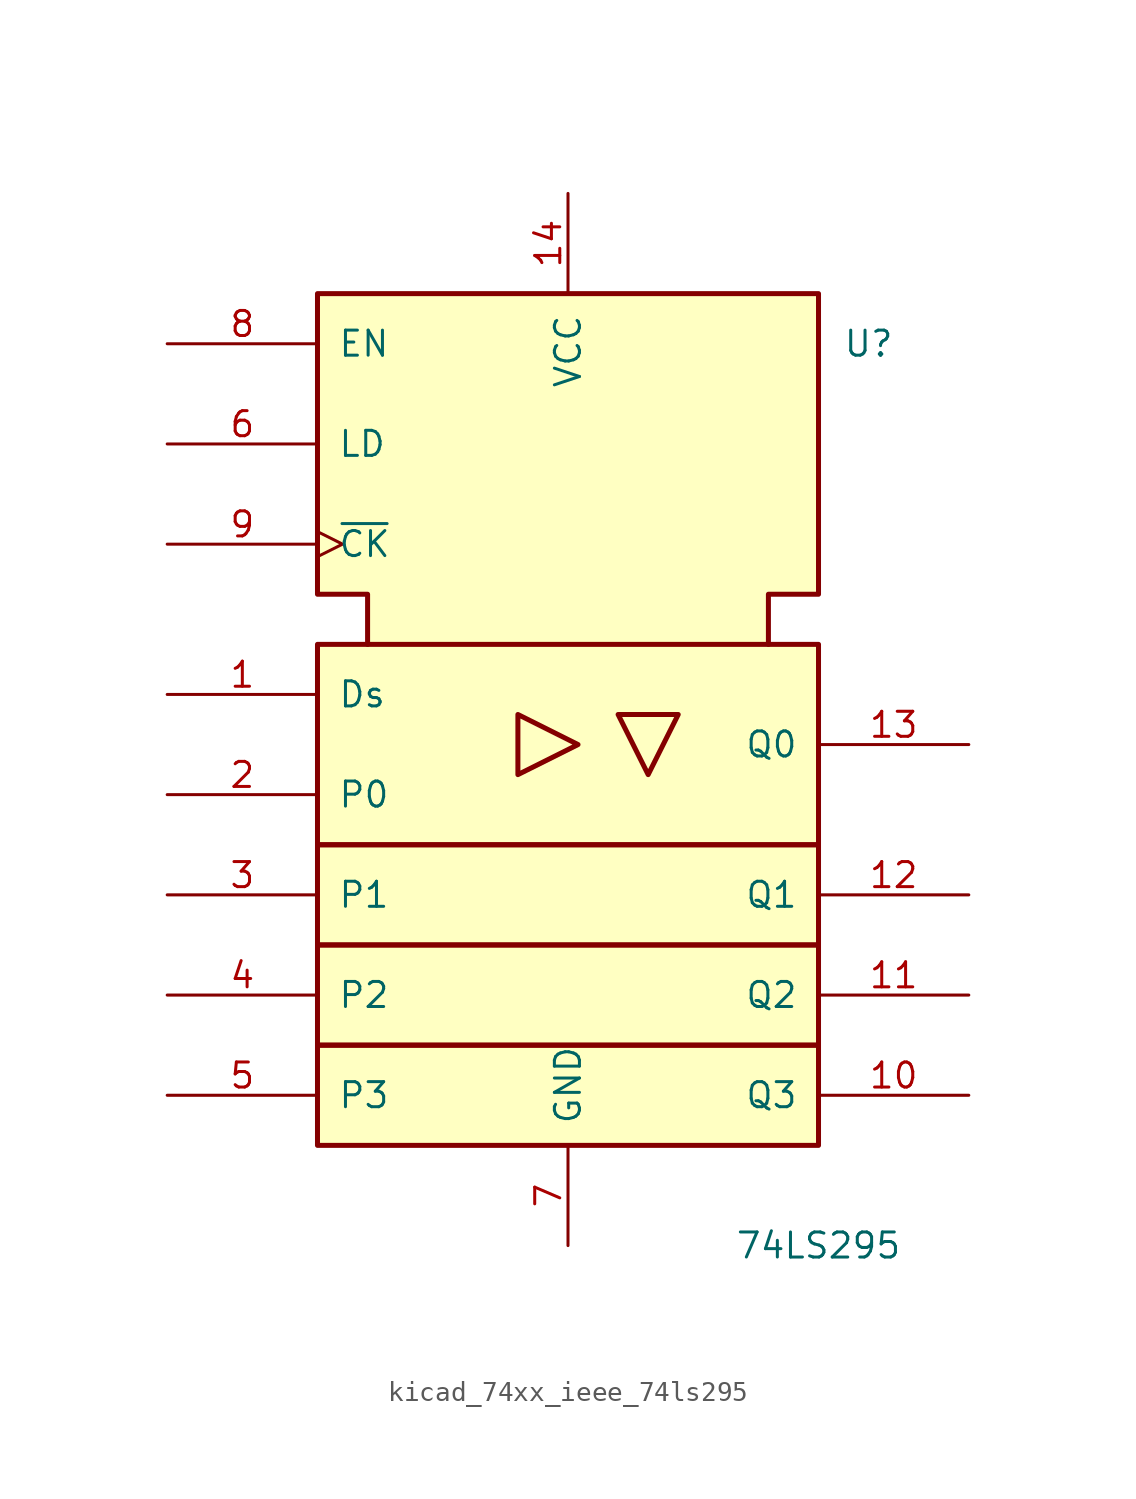
<source format=kicad_sym>
(kicad_symbol_lib
  (version 20220914)
  (generator kicad_symbol_editor)
  (symbol "kicad_74xx_ieee_74ls295"
    (pin_names
      (offset 1.016))
    (property "Reference" "U"
      (at 15.24 17.78 0)
      (effects (font (size 1.27 1.27))))
    (property "Value" "74LS295"
      (at 12.7 -27.94 0)
      (effects (font (size 1.27 1.27))))
    (symbol "kicad_74xx_ieee_74ls295_0_0"
      (pin power_in line (at 0 25.4 270) (length 5.08) (name "VCC" (effects (font (size 1.27 1.27)))) (number "14" (effects (font (size 1.27 1.27)))))
      (pin power_in line (at 0 -27.94 90) (length 5.08) (name "GND" (effects (font (size 1.27 1.27)))) (number "7" (effects (font (size 1.27 1.27))))))
    (symbol "kicad_74xx_ieee_74ls295_0_1"
      (rectangle (start -12.7 -17.78) (end 12.7 -22.86) (stroke (width 0.254) (type default)) (fill (type background)))
      (rectangle (start -12.7 -12.7) (end 12.7 -17.78) (stroke (width 0.254) (type default)) (fill (type background)))
      (rectangle (start -12.7 -7.62) (end 12.7 -12.7) (stroke (width 0.254) (type default)) (fill (type background)))
      (rectangle (start -12.7 2.54) (end 12.7 -7.62) (stroke (width 0.254) (type default)) (fill (type background)))
      (polyline (pts (xy -2.54 -1.016) (xy -2.54 -4.064) (xy 0.508 -2.54) (xy -2.54 -1.016) (xy -2.54 -1.016)) (stroke (width 0.254) (type default)) (fill (type background)))
      (polyline (pts (xy 5.588 -1.016) (xy 2.54 -1.016) (xy 4.064 -4.064) (xy 5.588 -1.016) (xy 5.588 -1.016)) (stroke (width 0.254) (type default)) (fill (type background)))
      (polyline (pts (xy -10.16 2.54) (xy -10.16 5.08) (xy -12.7 5.08) (xy -12.7 20.32) (xy 12.7 20.32) (xy 12.7 5.08) (xy 10.16 5.08) (xy 10.16 2.54) (xy 10.16 2.54)) (stroke (width 0.254) (type default)) (fill (type background))))
    (symbol "kicad_74xx_ieee_74ls295_1_1"
      (pin input line (at -20.32 0 0) (length 7.62) (name "Ds" (effects (font (size 1.27 1.27)))) (number "1" (effects (font (size 1.27 1.27)))))
      (pin output line (at 20.32 -20.32 180) (length 7.62) (name "Q3" (effects (font (size 1.27 1.27)))) (number "10" (effects (font (size 1.27 1.27)))))
      (pin output line (at 20.32 -15.24 180) (length 7.62) (name "Q2" (effects (font (size 1.27 1.27)))) (number "11" (effects (font (size 1.27 1.27)))))
      (pin output line (at 20.32 -10.16 180) (length 7.62) (name "Q1" (effects (font (size 1.27 1.27)))) (number "12" (effects (font (size 1.27 1.27)))))
      (pin output line (at 20.32 -2.54 180) (length 7.62) (name "Q0" (effects (font (size 1.27 1.27)))) (number "13" (effects (font (size 1.27 1.27)))))
      (pin input line (at -20.32 -5.08 0) (length 7.62) (name "P0" (effects (font (size 1.27 1.27)))) (number "2" (effects (font (size 1.27 1.27)))))
      (pin input line (at -20.32 -10.16 0) (length 7.62) (name "P1" (effects (font (size 1.27 1.27)))) (number "3" (effects (font (size 1.27 1.27)))))
      (pin input line (at -20.32 -15.24 0) (length 7.62) (name "P2" (effects (font (size 1.27 1.27)))) (number "4" (effects (font (size 1.27 1.27)))))
      (pin input line (at -20.32 -20.32 0) (length 7.62) (name "P3" (effects (font (size 1.27 1.27)))) (number "5" (effects (font (size 1.27 1.27)))))
      (pin input line (at -20.32 12.7 0) (length 7.62) (name "LD" (effects (font (size 1.27 1.27)))) (number "6" (effects (font (size 1.27 1.27)))))
      (pin input line (at -20.32 17.78 0) (length 7.62) (name "EN" (effects (font (size 1.27 1.27)))) (number "8" (effects (font (size 1.27 1.27)))))
      (pin input clock (at -20.32 7.62 0) (length 7.62) (name "~{CK}" (effects (font (size 1.27 1.27)))) (number "9" (effects (font (size 1.27 1.27))))))))
</source>
